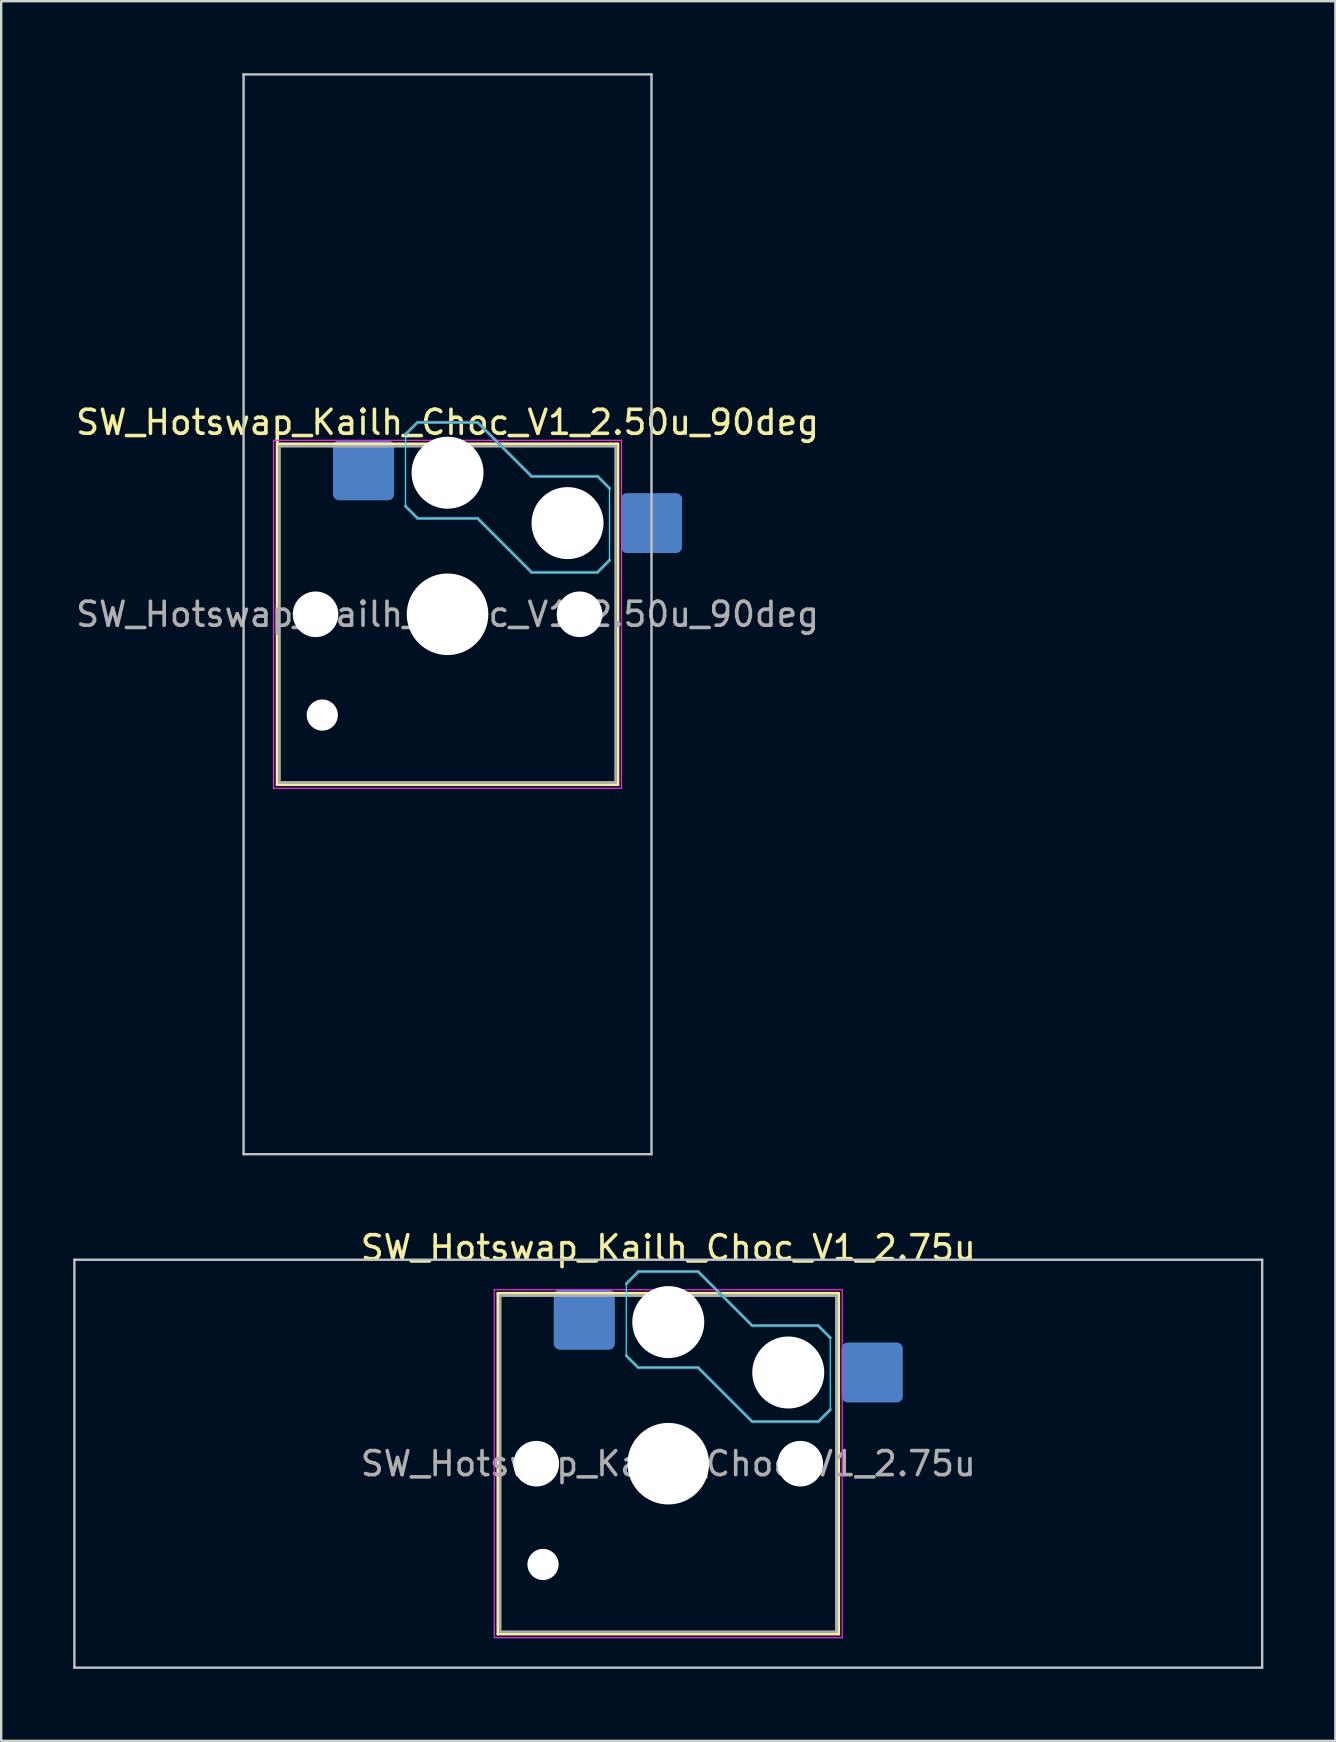
<source format=kicad_pcb>
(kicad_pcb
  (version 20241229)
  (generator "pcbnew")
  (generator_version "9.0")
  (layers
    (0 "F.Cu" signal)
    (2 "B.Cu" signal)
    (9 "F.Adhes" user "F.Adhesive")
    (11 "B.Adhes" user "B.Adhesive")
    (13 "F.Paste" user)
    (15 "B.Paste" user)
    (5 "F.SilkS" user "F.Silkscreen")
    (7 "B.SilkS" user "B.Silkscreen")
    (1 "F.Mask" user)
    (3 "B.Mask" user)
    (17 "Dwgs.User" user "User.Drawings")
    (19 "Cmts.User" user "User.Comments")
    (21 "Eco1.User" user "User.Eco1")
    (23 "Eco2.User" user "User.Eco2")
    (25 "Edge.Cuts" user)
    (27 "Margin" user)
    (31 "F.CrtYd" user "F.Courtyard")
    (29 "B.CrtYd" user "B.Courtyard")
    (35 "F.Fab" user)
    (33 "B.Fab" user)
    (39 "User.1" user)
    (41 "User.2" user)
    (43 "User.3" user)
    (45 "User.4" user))
  (footprint "SW_Hotswap_Kailh_Choc_V1_2.50u_90deg"
    (layer "F.Cu")
    (at 15.601 22.55)
    (property "Reference" "SW_Hotswap_Kailh_Choc_V1_2.50u_90deg" (at 0 -8 0) (layer "F.SilkS") (effects (font (size 1 1) (thickness 0.15))))
    (attr smd)
    (fp_line (start -7.1 -7.1) (end -7.1 7.1) (stroke (width 0.12) (type solid)) (layer "F.SilkS"))
    (fp_line (start -7.1 7.1) (end 7.1 7.1) (stroke (width 0.12) (type solid)) (layer "F.SilkS"))
    (fp_line (start 7.1 -7.1) (end -7.1 -7.1) (stroke (width 0.12) (type solid)) (layer "F.SilkS"))
    (fp_line (start 7.1 7.1) (end 7.1 -7.1) (stroke (width 0.12) (type solid)) (layer "F.SilkS"))
    (fp_line (start -1.75 -7.5) (end -1.25 -8) (stroke (width 0.12) (type solid)) (layer "B.SilkS"))
    (fp_line (start -1.25 -8) (end 1.25 -8) (stroke (width 0.12) (type solid)) (layer "B.SilkS"))
    (fp_line (start -1.25 -4) (end -1.75 -4.5) (stroke (width 0.12) (type solid)) (layer "B.SilkS"))
    (fp_line (start 1.25 -8) (end 3.5 -5.75) (stroke (width 0.12) (type solid)) (layer "B.SilkS"))
    (fp_line (start 1.25 -4) (end -1.25 -4) (stroke (width 0.12) (type solid)) (layer "B.SilkS"))
    (fp_line (start 3.5 -5.75) (end 6.25 -5.75) (stroke (width 0.12) (type solid)) (layer "B.SilkS"))
    (fp_line (start 3.5 -1.75) (end 1.25 -4) (stroke (width 0.12) (type solid)) (layer "B.SilkS"))
    (fp_line (start 6.25 -5.75) (end 6.75 -5.25) (stroke (width 0.12) (type solid)) (layer "B.SilkS"))
    (fp_line (start 6.25 -1.75) (end 3.5 -1.75) (stroke (width 0.12) (type solid)) (layer "B.SilkS"))
    (fp_line (start 6.75 -2.25) (end 6.25 -1.75) (stroke (width 0.12) (type solid)) (layer "B.SilkS"))
    (fp_line (start -8.5 -22.5) (end 8.5 -22.5) (stroke (width 0.1) (type solid)) (layer "Dwgs.User"))
    (fp_line (start -8.5 22.5) (end -8.5 -22.5) (stroke (width 0.1) (type solid)) (layer "Dwgs.User"))
    (fp_line (start 8.5 -22.5) (end 8.5 22.5) (stroke (width 0.1) (type solid)) (layer "Dwgs.User"))
    (fp_line (start 8.5 22.5) (end -8.5 22.5) (stroke (width 0.1) (type solid)) (layer "Dwgs.User"))
    (fp_line (start -1.75 -7.5) (end -1.25 -8) (stroke (width 0.05) (type solid)) (layer "B.CrtYd"))
    (fp_line (start -1.75 -4.5) (end -1.75 -7.5) (stroke (width 0.05) (type solid)) (layer "B.CrtYd"))
    (fp_line (start -1.25 -8) (end 1.25 -8) (stroke (width 0.05) (type solid)) (layer "B.CrtYd"))
    (fp_line (start -1.25 -4) (end -1.75 -4.5) (stroke (width 0.05) (type solid)) (layer "B.CrtYd"))
    (fp_line (start 1.25 -8) (end 3.5 -5.75) (stroke (width 0.05) (type solid)) (layer "B.CrtYd"))
    (fp_line (start 1.25 -4) (end -1.25 -4) (stroke (width 0.05) (type solid)) (layer "B.CrtYd"))
    (fp_line (start 3.5 -5.75) (end 6.25 -5.75) (stroke (width 0.05) (type solid)) (layer "B.CrtYd"))
    (fp_line (start 3.5 -1.75) (end 1.25 -4) (stroke (width 0.05) (type solid)) (layer "B.CrtYd"))
    (fp_line (start 6.25 -5.75) (end 6.75 -5.25) (stroke (width 0.05) (type solid)) (layer "B.CrtYd"))
    (fp_line (start 6.25 -1.75) (end 3.5 -1.75) (stroke (width 0.05) (type solid)) (layer "B.CrtYd"))
    (fp_line (start 6.75 -5.25) (end 6.75 -2.25) (stroke (width 0.05) (type solid)) (layer "B.CrtYd"))
    (fp_line (start 6.75 -2.25) (end 6.25 -1.75) (stroke (width 0.05) (type solid)) (layer "B.CrtYd"))
    (fp_line (start -7.25 -7.25) (end -7.25 7.25) (stroke (width 0.05) (type solid)) (layer "F.CrtYd"))
    (fp_line (start -7.25 7.25) (end 7.25 7.25) (stroke (width 0.05) (type solid)) (layer "F.CrtYd"))
    (fp_line (start 7.25 -7.25) (end -7.25 -7.25) (stroke (width 0.05) (type solid)) (layer "F.CrtYd"))
    (fp_line (start 7.25 7.25) (end 7.25 -7.25) (stroke (width 0.05) (type solid)) (layer "F.CrtYd"))
    (fp_line (start -1.75 -7.5) (end -1.25 -8) (stroke (width 0.1) (type solid)) (layer "B.Fab"))
    (fp_line (start -1.25 -8) (end 1.25 -8) (stroke (width 0.1) (type solid)) (layer "B.Fab"))
    (fp_line (start -1.25 -4) (end -1.75 -4.5) (stroke (width 0.1) (type solid)) (layer "B.Fab"))
    (fp_line (start 1.25 -8) (end 3.5 -5.75) (stroke (width 0.1) (type solid)) (layer "B.Fab"))
    (fp_line (start 1.25 -4) (end -1.25 -4) (stroke (width 0.1) (type solid)) (layer "B.Fab"))
    (fp_line (start 3.5 -5.75) (end 6.25 -5.75) (stroke (width 0.1) (type solid)) (layer "B.Fab"))
    (fp_line (start 3.5 -1.75) (end 1.25 -4) (stroke (width 0.1) (type solid)) (layer "B.Fab"))
    (fp_line (start 6.25 -5.75) (end 6.75 -5.25) (stroke (width 0.1) (type solid)) (layer "B.Fab"))
    (fp_line (start 6.25 -1.75) (end 3.5 -1.75) (stroke (width 0.1) (type solid)) (layer "B.Fab"))
    (fp_line (start 6.75 -2.25) (end 6.25 -1.75) (stroke (width 0.1) (type solid)) (layer "B.Fab"))
    (fp_line (start -7 -7) (end -7 7) (stroke (width 0.1) (type solid)) (layer "F.Fab"))
    (fp_line (start -7 7) (end 7 7) (stroke (width 0.1) (type solid)) (layer "F.Fab"))
    (fp_line (start 7 -7) (end -7 -7) (stroke (width 0.1) (type solid)) (layer "F.Fab"))
    (fp_line (start 7 7) (end 7 -7) (stroke (width 0.1) (type solid)) (layer "F.Fab"))
    (fp_text user "${REFERENCE}" (at 0 0 0) (layer "F.Fab") (effects (font (size 1 1) (thickness 0.15))))
    (pad "" np_thru_hole circle (at -5.5 0) (size 1.9 1.9) (drill 1.9) (layers "*.Cu" "*.Mask"))
    (pad "" np_thru_hole circle (at -5.22 4.2) (size 1.3 1.3) (drill 1.3) (layers "*.Cu" "*.Mask"))
    (pad "" np_thru_hole circle (at 0 -5.9) (size 3 3) (drill 3) (layers "*.Cu" "*.Mask"))
    (pad "" np_thru_hole circle (at 0 0) (size 3.4 3.4) (drill 3.4) (layers "*.Cu" "*.Mask"))
    (pad "" np_thru_hole circle (at 5 -3.8) (size 3 3) (drill 3) (layers "*.Cu" "*.Mask"))
    (pad "" np_thru_hole circle (at 5.5 0) (size 1.9 1.9) (drill 1.9) (layers "*.Cu" "*.Mask"))
    (pad "1" smd roundrect (at -3.5 -6) (size 2.55 2.5) (layers "B.Cu" "B.Mask" "B.Paste") (roundrect_rratio 0.1))
    (pad "2" smd roundrect (at 8.5 -3.8) (size 2.55 2.5) (layers "B.Cu" "B.Mask" "B.Paste") (roundrect_rratio 0.1)))
  (footprint "SW_Hotswap_Kailh_Choc_V1_2.75u"
    (layer "F.Cu")
    (at 24.8 57.948)
    (property "Reference" "SW_Hotswap_Kailh_Choc_V1_2.75u" (at 0 -9 0) (layer "F.SilkS") (effects (font (size 1 1) (thickness 0.15))))
    (attr smd)
    (fp_line (start -7.1 -7.1) (end -7.1 7.1) (stroke (width 0.12) (type solid)) (layer "F.SilkS"))
    (fp_line (start -7.1 7.1) (end 7.1 7.1) (stroke (width 0.12) (type solid)) (layer "F.SilkS"))
    (fp_line (start 7.1 -7.1) (end -7.1 -7.1) (stroke (width 0.12) (type solid)) (layer "F.SilkS"))
    (fp_line (start 7.1 7.1) (end 7.1 -7.1) (stroke (width 0.12) (type solid)) (layer "F.SilkS"))
    (fp_line (start -1.75 -7.5) (end -1.25 -8) (stroke (width 0.12) (type solid)) (layer "B.SilkS"))
    (fp_line (start -1.25 -8) (end 1.25 -8) (stroke (width 0.12) (type solid)) (layer "B.SilkS"))
    (fp_line (start -1.25 -4) (end -1.75 -4.5) (stroke (width 0.12) (type solid)) (layer "B.SilkS"))
    (fp_line (start 1.25 -8) (end 3.5 -5.75) (stroke (width 0.12) (type solid)) (layer "B.SilkS"))
    (fp_line (start 1.25 -4) (end -1.25 -4) (stroke (width 0.12) (type solid)) (layer "B.SilkS"))
    (fp_line (start 3.5 -5.75) (end 6.25 -5.75) (stroke (width 0.12) (type solid)) (layer "B.SilkS"))
    (fp_line (start 3.5 -1.75) (end 1.25 -4) (stroke (width 0.12) (type solid)) (layer "B.SilkS"))
    (fp_line (start 6.25 -5.75) (end 6.75 -5.25) (stroke (width 0.12) (type solid)) (layer "B.SilkS"))
    (fp_line (start 6.25 -1.75) (end 3.5 -1.75) (stroke (width 0.12) (type solid)) (layer "B.SilkS"))
    (fp_line (start 6.75 -2.25) (end 6.25 -1.75) (stroke (width 0.12) (type solid)) (layer "B.SilkS"))
    (fp_line (start -24.75 -8.5) (end -24.75 8.5) (stroke (width 0.1) (type solid)) (layer "Dwgs.User"))
    (fp_line (start -24.75 8.5) (end 24.75 8.5) (stroke (width 0.1) (type solid)) (layer "Dwgs.User"))
    (fp_line (start 24.75 -8.5) (end -24.75 -8.5) (stroke (width 0.1) (type solid)) (layer "Dwgs.User"))
    (fp_line (start 24.75 8.5) (end 24.75 -8.5) (stroke (width 0.1) (type solid)) (layer "Dwgs.User"))
    (fp_line (start -1.75 -7.5) (end -1.25 -8) (stroke (width 0.05) (type solid)) (layer "B.CrtYd"))
    (fp_line (start -1.75 -4.5) (end -1.75 -7.5) (stroke (width 0.05) (type solid)) (layer "B.CrtYd"))
    (fp_line (start -1.25 -8) (end 1.25 -8) (stroke (width 0.05) (type solid)) (layer "B.CrtYd"))
    (fp_line (start -1.25 -4) (end -1.75 -4.5) (stroke (width 0.05) (type solid)) (layer "B.CrtYd"))
    (fp_line (start 1.25 -8) (end 3.5 -5.75) (stroke (width 0.05) (type solid)) (layer "B.CrtYd"))
    (fp_line (start 1.25 -4) (end -1.25 -4) (stroke (width 0.05) (type solid)) (layer "B.CrtYd"))
    (fp_line (start 3.5 -5.75) (end 6.25 -5.75) (stroke (width 0.05) (type solid)) (layer "B.CrtYd"))
    (fp_line (start 3.5 -1.75) (end 1.25 -4) (stroke (width 0.05) (type solid)) (layer "B.CrtYd"))
    (fp_line (start 6.25 -5.75) (end 6.75 -5.25) (stroke (width 0.05) (type solid)) (layer "B.CrtYd"))
    (fp_line (start 6.25 -1.75) (end 3.5 -1.75) (stroke (width 0.05) (type solid)) (layer "B.CrtYd"))
    (fp_line (start 6.75 -5.25) (end 6.75 -2.25) (stroke (width 0.05) (type solid)) (layer "B.CrtYd"))
    (fp_line (start 6.75 -2.25) (end 6.25 -1.75) (stroke (width 0.05) (type solid)) (layer "B.CrtYd"))
    (fp_line (start -7.25 -7.25) (end -7.25 7.25) (stroke (width 0.05) (type solid)) (layer "F.CrtYd"))
    (fp_line (start -7.25 7.25) (end 7.25 7.25) (stroke (width 0.05) (type solid)) (layer "F.CrtYd"))
    (fp_line (start 7.25 -7.25) (end -7.25 -7.25) (stroke (width 0.05) (type solid)) (layer "F.CrtYd"))
    (fp_line (start 7.25 7.25) (end 7.25 -7.25) (stroke (width 0.05) (type solid)) (layer "F.CrtYd"))
    (fp_line (start -1.75 -7.5) (end -1.25 -8) (stroke (width 0.1) (type solid)) (layer "B.Fab"))
    (fp_line (start -1.25 -8) (end 1.25 -8) (stroke (width 0.1) (type solid)) (layer "B.Fab"))
    (fp_line (start -1.25 -4) (end -1.75 -4.5) (stroke (width 0.1) (type solid)) (layer "B.Fab"))
    (fp_line (start 1.25 -8) (end 3.5 -5.75) (stroke (width 0.1) (type solid)) (layer "B.Fab"))
    (fp_line (start 1.25 -4) (end -1.25 -4) (stroke (width 0.1) (type solid)) (layer "B.Fab"))
    (fp_line (start 3.5 -5.75) (end 6.25 -5.75) (stroke (width 0.1) (type solid)) (layer "B.Fab"))
    (fp_line (start 3.5 -1.75) (end 1.25 -4) (stroke (width 0.1) (type solid)) (layer "B.Fab"))
    (fp_line (start 6.25 -5.75) (end 6.75 -5.25) (stroke (width 0.1) (type solid)) (layer "B.Fab"))
    (fp_line (start 6.25 -1.75) (end 3.5 -1.75) (stroke (width 0.1) (type solid)) (layer "B.Fab"))
    (fp_line (start 6.75 -2.25) (end 6.25 -1.75) (stroke (width 0.1) (type solid)) (layer "B.Fab"))
    (fp_line (start -7 -7) (end -7 7) (stroke (width 0.1) (type solid)) (layer "F.Fab"))
    (fp_line (start -7 7) (end 7 7) (stroke (width 0.1) (type solid)) (layer "F.Fab"))
    (fp_line (start 7 -7) (end -7 -7) (stroke (width 0.1) (type solid)) (layer "F.Fab"))
    (fp_line (start 7 7) (end 7 -7) (stroke (width 0.1) (type solid)) (layer "F.Fab"))
    (fp_text user "${REFERENCE}" (at 0 0 0) (layer "F.Fab") (effects (font (size 1 1) (thickness 0.15))))
    (pad "" np_thru_hole circle (at -5.5 0) (size 1.9 1.9) (drill 1.9) (layers "*.Cu" "*.Mask"))
    (pad "" np_thru_hole circle (at -5.22 4.2) (size 1.3 1.3) (drill 1.3) (layers "*.Cu" "*.Mask"))
    (pad "" np_thru_hole circle (at 0 -5.9) (size 3 3) (drill 3) (layers "*.Cu" "*.Mask"))
    (pad "" np_thru_hole circle (at 0 0) (size 3.4 3.4) (drill 3.4) (layers "*.Cu" "*.Mask"))
    (pad "" np_thru_hole circle (at 5 -3.8) (size 3 3) (drill 3) (layers "*.Cu" "*.Mask"))
    (pad "" np_thru_hole circle (at 5.5 0) (size 1.9 1.9) (drill 1.9) (layers "*.Cu" "*.Mask"))
    (pad "1" smd roundrect (at -3.5 -6) (size 2.55 2.5) (layers "B.Cu" "B.Mask" "B.Paste") (roundrect_rratio 0.1))
    (pad "2" smd roundrect (at 8.5 -3.8) (size 2.55 2.5) (layers "B.Cu" "B.Mask" "B.Paste") (roundrect_rratio 0.1)))
  (gr_rect
    (start -3 -3)
    (end 52.6 69.498)
    (stroke (width 0.1) (type default))
    (fill no)
    (layer "Edge.Cuts")))
</source>
